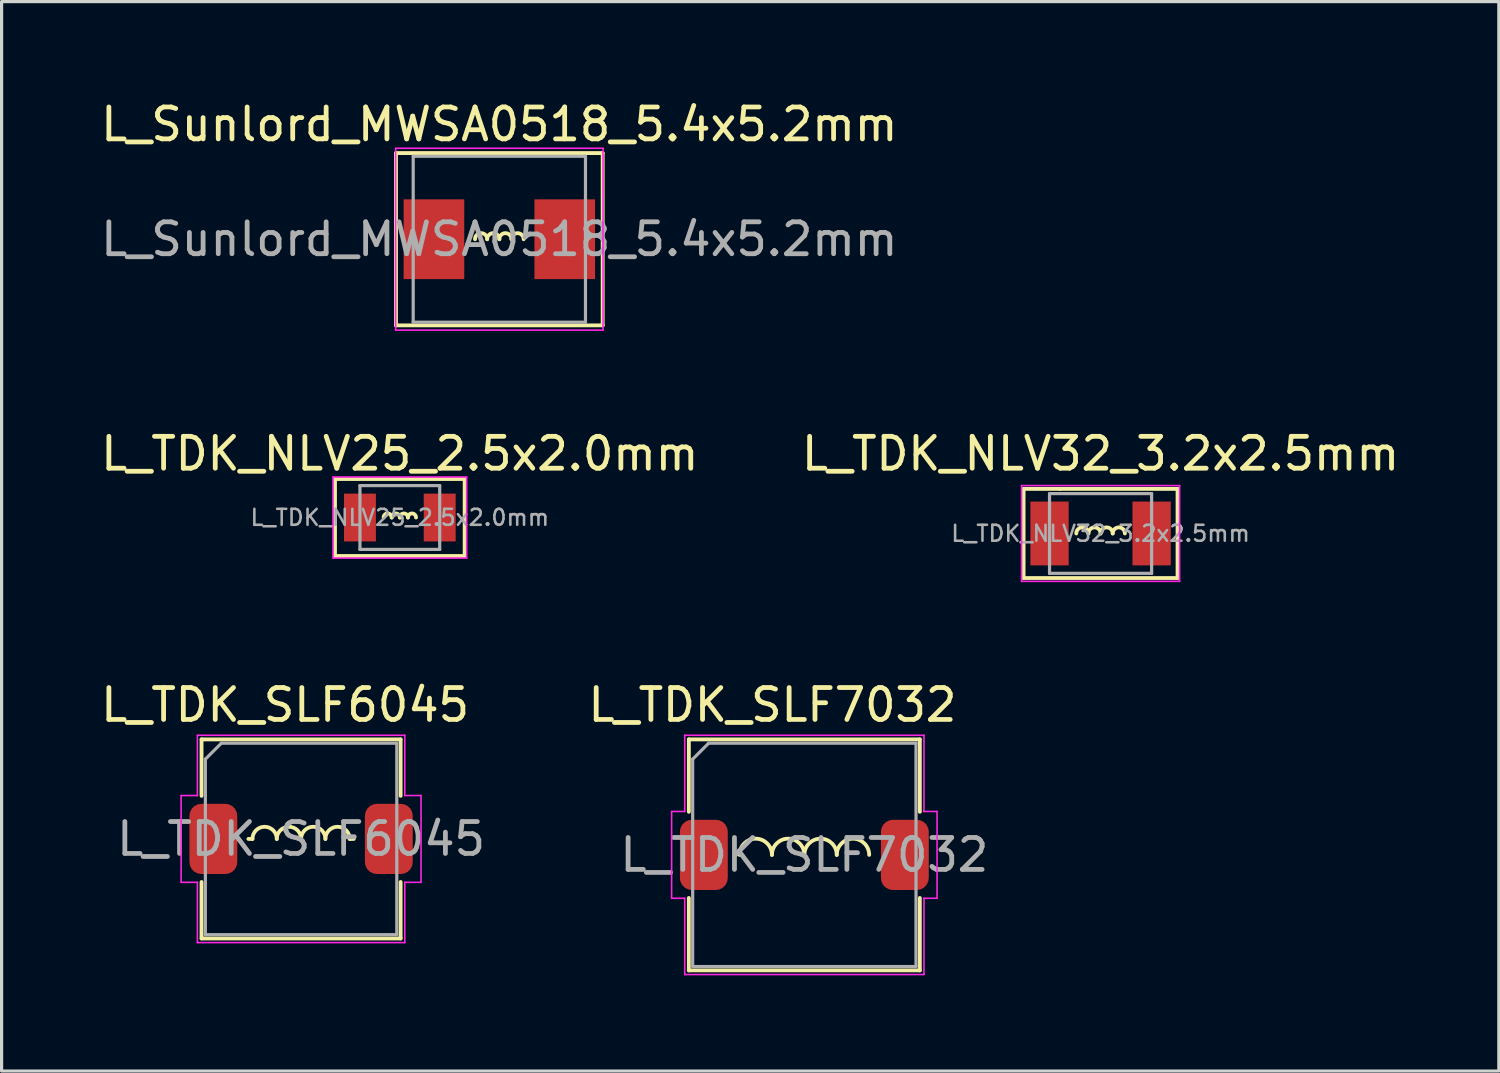
<source format=kicad_pcb>
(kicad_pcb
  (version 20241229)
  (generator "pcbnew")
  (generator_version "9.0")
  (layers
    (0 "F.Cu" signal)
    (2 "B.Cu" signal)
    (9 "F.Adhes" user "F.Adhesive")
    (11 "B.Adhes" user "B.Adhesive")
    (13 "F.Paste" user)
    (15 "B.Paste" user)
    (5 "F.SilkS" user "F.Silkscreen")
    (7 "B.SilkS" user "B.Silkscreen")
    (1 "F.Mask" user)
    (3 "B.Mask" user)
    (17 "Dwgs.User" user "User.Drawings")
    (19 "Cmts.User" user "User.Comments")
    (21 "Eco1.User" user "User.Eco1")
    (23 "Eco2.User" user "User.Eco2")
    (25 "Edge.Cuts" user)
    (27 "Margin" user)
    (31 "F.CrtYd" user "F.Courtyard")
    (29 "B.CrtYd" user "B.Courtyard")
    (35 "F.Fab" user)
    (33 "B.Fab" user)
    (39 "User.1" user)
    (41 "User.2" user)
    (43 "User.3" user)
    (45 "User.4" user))
  (footprint "L_TDK_SLF7032"
    (layer "F.Cu")
    (at 22.161 23.745)
    (property "Reference" "L_TDK_SLF7032" (at -1 -4.7 0) (layer "F.SilkS") (effects (font (size 1 1) (thickness 0.15))))
    (attr smd)
    (fp_line (start -3.62 -3.62) (end -3.62 -1.35) (stroke (width 0.12) (type solid)) (layer "F.SilkS"))
    (fp_line (start -3.62 -3.62) (end 3.62 -3.62) (stroke (width 0.12) (type solid)) (layer "F.SilkS"))
    (fp_line (start -3.62 1.35) (end -3.62 3.62) (stroke (width 0.12) (type solid)) (layer "F.SilkS"))
    (fp_line (start -3.62 3.62) (end 3.62 3.62) (stroke (width 0.12) (type solid)) (layer "F.SilkS"))
    (fp_line (start 3.62 -3.62) (end 3.62 -1.35) (stroke (width 0.12) (type solid)) (layer "F.SilkS"))
    (fp_line (start 3.62 1.35) (end 3.62 3.62) (stroke (width 0.12) (type solid)) (layer "F.SilkS"))
    (fp_arc (start -2.032 0) (mid -1.524 -0.508) (end -1.016 0) (stroke (width 0.12) (type solid)) (layer "F.SilkS"))
    (fp_arc (start -1.016 0) (mid -0.508 -0.508) (end 0 0) (stroke (width 0.12) (type solid)) (layer "F.SilkS"))
    (fp_arc (start 0 0) (mid 0.508 -0.508) (end 1.016 0) (stroke (width 0.12) (type solid)) (layer "F.SilkS"))
    (fp_arc (start 1.016 0) (mid 1.524 -0.508) (end 2.032 0) (stroke (width 0.12) (type solid)) (layer "F.SilkS"))
    (fp_line (start -4.16 -1.36) (end -4.16 1.36) (stroke (width 0.05) (type solid)) (layer "F.CrtYd"))
    (fp_line (start -4.16 1.36) (end -3.75 1.36) (stroke (width 0.05) (type solid)) (layer "F.CrtYd"))
    (fp_line (start -3.75 -3.75) (end -3.75 -1.36) (stroke (width 0.05) (type solid)) (layer "F.CrtYd"))
    (fp_line (start -3.75 -3.75) (end 3.75 -3.75) (stroke (width 0.05) (type solid)) (layer "F.CrtYd"))
    (fp_line (start -3.75 -1.36) (end -4.16 -1.36) (stroke (width 0.05) (type solid)) (layer "F.CrtYd"))
    (fp_line (start -3.75 1.36) (end -3.75 3.75) (stroke (width 0.05) (type solid)) (layer "F.CrtYd"))
    (fp_line (start -3.75 3.75) (end 3.75 3.75) (stroke (width 0.05) (type solid)) (layer "F.CrtYd"))
    (fp_line (start 3.75 -3.75) (end 3.75 -1.36) (stroke (width 0.05) (type solid)) (layer "F.CrtYd"))
    (fp_line (start 3.75 -1.36) (end 4.16 -1.36) (stroke (width 0.05) (type solid)) (layer "F.CrtYd"))
    (fp_line (start 3.75 1.36) (end 3.75 3.75) (stroke (width 0.05) (type solid)) (layer "F.CrtYd"))
    (fp_line (start 4.16 -1.36) (end 4.16 1.36) (stroke (width 0.05) (type solid)) (layer "F.CrtYd"))
    (fp_line (start 4.16 1.36) (end 3.75 1.36) (stroke (width 0.05) (type solid)) (layer "F.CrtYd"))
    (fp_line (start -3.5 -3) (end -3 -3.5) (stroke (width 0.1) (type solid)) (layer "F.Fab"))
    (fp_line (start -3.5 3.5) (end -3.5 -3) (stroke (width 0.1) (type solid)) (layer "F.Fab"))
    (fp_line (start -3 -3.5) (end 3.5 -3.5) (stroke (width 0.1) (type solid)) (layer "F.Fab"))
    (fp_line (start 3.5 -3.5) (end 3.5 3.5) (stroke (width 0.1) (type solid)) (layer "F.Fab"))
    (fp_line (start 3.5 3.5) (end -3.5 3.5) (stroke (width 0.1) (type solid)) (layer "F.Fab"))
    (fp_text user "${REFERENCE}" (at 0 0 0) (layer "F.Fab") (effects (font (size 1 1) (thickness 0.15))))
    (pad "1" smd roundrect (at -3.15 0) (size 1.5 2.2) (layers "F.Cu" "F.Mask" "F.Paste") (roundrect_rratio 0.25))
    (pad "2" smd roundrect (at 3.15 0) (size 1.5 2.2) (layers "F.Cu" "F.Mask" "F.Paste") (roundrect_rratio 0.25)))
  (footprint "L_Sunlord_MWSA0518_5.4x5.2mm"
    (layer "F.Cu")
    (at 12.601 4.448)
    (property "Reference" "L_Sunlord_MWSA0518_5.4x5.2mm" (at 0 -3.6 0) (layer "F.SilkS") (effects (font (size 1 1) (thickness 0.15))))
    (attr smd)
    (fp_line (start -3.239 -2.7) (end -3.239 2.7) (stroke (width 0.12) (type solid)) (layer "F.SilkS"))
    (fp_line (start -3.239 -2.7) (end 3.239 -2.7) (stroke (width 0.12) (type solid)) (layer "F.SilkS"))
    (fp_line (start -3.239 2.7) (end 3.239 2.7) (stroke (width 0.12) (type solid)) (layer "F.SilkS"))
    (fp_line (start 3.239 -2.7) (end 3.239 2.7) (stroke (width 0.12) (type solid)) (layer "F.SilkS"))
    (fp_arc (start -0.762 0) (mid -0.5715 -0.1905) (end -0.381 0) (stroke (width 0.12) (type solid)) (layer "F.SilkS"))
    (fp_arc (start -0.381 0) (mid -0.1905 -0.1905) (end 0 0) (stroke (width 0.12) (type solid)) (layer "F.SilkS"))
    (fp_arc (start 0 0) (mid 0.1905 -0.1905) (end 0.381 0) (stroke (width 0.12) (type solid)) (layer "F.SilkS"))
    (fp_arc (start 0.381 0) (mid 0.5715 -0.1905) (end 0.762 0) (stroke (width 0.12) (type solid)) (layer "F.SilkS"))
    (fp_line (start -3.25 -2.85) (end 3.25 -2.85) (stroke (width 0.05) (type solid)) (layer "F.CrtYd"))
    (fp_line (start -3.25 2.85) (end -3.25 -2.85) (stroke (width 0.05) (type solid)) (layer "F.CrtYd"))
    (fp_line (start 3.25 -2.85) (end 3.25 2.85) (stroke (width 0.05) (type solid)) (layer "F.CrtYd"))
    (fp_line (start 3.25 2.85) (end -3.25 2.85) (stroke (width 0.05) (type solid)) (layer "F.CrtYd"))
    (fp_line (start -2.7 -2.6) (end 2.7 -2.6) (stroke (width 0.1) (type solid)) (layer "F.Fab"))
    (fp_line (start -2.7 2.6) (end -2.7 -2.6) (stroke (width 0.1) (type solid)) (layer "F.Fab"))
    (fp_line (start 2.7 -2.6) (end 2.7 2.6) (stroke (width 0.1) (type solid)) (layer "F.Fab"))
    (fp_line (start 2.7 2.6) (end -2.7 2.6) (stroke (width 0.1) (type solid)) (layer "F.Fab"))
    (fp_text user "${REFERENCE}" (at 0 0 0) (layer "F.Fab") (effects (font (size 1 1) (thickness 0.15))))
    (pad "1" smd rect (at -2.05 0) (size 1.9 2.5) (layers "F.Cu" "F.Mask" "F.Paste"))
    (pad "2" smd rect (at 2.05 0) (size 1.9 2.5) (layers "F.Cu" "F.Mask" "F.Paste")))
  (footprint "L_TDK_NLV32_3.2x2.5mm"
    (layer "F.Cu")
    (at 31.446 13.671)
    (property "Reference" "L_TDK_NLV32_3.2x2.5mm" (at 0 -2.5 0) (layer "F.SilkS") (effects (font (size 1 1) (thickness 0.15))))
    (attr smd)
    (fp_line (start -2.413 -1.397) (end -2.413 1.397) (stroke (width 0.12) (type solid)) (layer "F.SilkS"))
    (fp_line (start -2.413 1.397) (end 2.413 1.397) (stroke (width 0.12) (type solid)) (layer "F.SilkS"))
    (fp_line (start -1.27 -1.397) (end -2.413 -1.397) (stroke (width 0.12) (type solid)) (layer "F.SilkS"))
    (fp_line (start 2.413 -1.397) (end -1.27 -1.397) (stroke (width 0.12) (type solid)) (layer "F.SilkS"))
    (fp_line (start 2.413 1.397) (end 2.413 -1.397) (stroke (width 0.12) (type solid)) (layer "F.SilkS"))
    (fp_arc (start -0.762 0) (mid -0.5715 -0.1905) (end -0.381 0) (stroke (width 0.12) (type solid)) (layer "F.SilkS"))
    (fp_arc (start -0.381 0) (mid -0.1905 -0.1905) (end 0 0) (stroke (width 0.12) (type solid)) (layer "F.SilkS"))
    (fp_arc (start 0 0) (mid 0.1905 -0.1905) (end 0.381 0) (stroke (width 0.12) (type solid)) (layer "F.SilkS"))
    (fp_arc (start 0.381 0) (mid 0.5715 -0.1905) (end 0.762 0) (stroke (width 0.12) (type solid)) (layer "F.SilkS"))
    (fp_line (start -2.477 -1.5) (end 2.477 -1.5) (stroke (width 0.05) (type solid)) (layer "F.CrtYd"))
    (fp_line (start -2.477 1.5) (end -2.477 -1.5) (stroke (width 0.05) (type solid)) (layer "F.CrtYd"))
    (fp_line (start 2.477 -1.5) (end 2.477 1.5) (stroke (width 0.05) (type solid)) (layer "F.CrtYd"))
    (fp_line (start 2.477 1.5) (end -2.477 1.5) (stroke (width 0.05) (type solid)) (layer "F.CrtYd"))
    (fp_line (start -1.6 -1.25) (end 1.6 -1.25) (stroke (width 0.1) (type solid)) (layer "F.Fab"))
    (fp_line (start -1.6 1.25) (end -1.6 -1.25) (stroke (width 0.1) (type solid)) (layer "F.Fab"))
    (fp_line (start 1.6 -1.25) (end 1.6 1.25) (stroke (width 0.1) (type solid)) (layer "F.Fab"))
    (fp_line (start 1.6 1.25) (end -1.6 1.25) (stroke (width 0.1) (type solid)) (layer "F.Fab"))
    (fp_text user "${REFERENCE}" (at 0 0 0) (layer "F.Fab") (effects (font (size 0.5 0.5) (thickness 0.08))))
    (pad "1" smd rect (at -1.6 0) (size 1.2 2) (layers "F.Cu" "F.Mask" "F.Paste"))
    (pad "2" smd rect (at 1.6 0) (size 1.2 2) (layers "F.Cu" "F.Mask" "F.Paste")))
  (footprint "L_TDK_SLF6045"
    (layer "F.Cu")
    (at 6.387 23.245)
    (property "Reference" "L_TDK_SLF6045" (at -0.5 -4.2 0) (layer "F.SilkS") (effects (font (size 1 1) (thickness 0.15))))
    (attr smd)
    (fp_line (start -3.12 -3.12) (end -3.12 -1.35) (stroke (width 0.12) (type solid)) (layer "F.SilkS"))
    (fp_line (start -3.12 -3.12) (end 3.12 -3.12) (stroke (width 0.12) (type solid)) (layer "F.SilkS"))
    (fp_line (start -3.12 1.35) (end -3.12 3.12) (stroke (width 0.12) (type solid)) (layer "F.SilkS"))
    (fp_line (start -3.12 3.12) (end 3.12 3.12) (stroke (width 0.12) (type solid)) (layer "F.SilkS"))
    (fp_line (start -1.651 0) (end -1.524 0) (stroke (width 0.12) (type solid)) (layer "F.SilkS"))
    (fp_line (start 1.524 0) (end 1.651 0) (stroke (width 0.12) (type solid)) (layer "F.SilkS"))
    (fp_line (start 3.12 -3.12) (end 3.12 -1.35) (stroke (width 0.12) (type solid)) (layer "F.SilkS"))
    (fp_line (start 3.12 1.35) (end 3.12 3.12) (stroke (width 0.12) (type solid)) (layer "F.SilkS"))
    (fp_arc (start -1.524 0) (mid -1.143 -0.381) (end -0.762 0) (stroke (width 0.12) (type solid)) (layer "F.SilkS"))
    (fp_arc (start -0.762 0) (mid -0.381 -0.381) (end 0 0) (stroke (width 0.12) (type solid)) (layer "F.SilkS"))
    (fp_arc (start 0 0) (mid 0.381 -0.381) (end 0.762 0) (stroke (width 0.12) (type solid)) (layer "F.SilkS"))
    (fp_arc (start 0.762 0) (mid 1.143 -0.381) (end 1.524 0) (stroke (width 0.12) (type solid)) (layer "F.SilkS"))
    (fp_line (start -3.76 -1.36) (end -3.76 1.36) (stroke (width 0.05) (type solid)) (layer "F.CrtYd"))
    (fp_line (start -3.76 1.36) (end -3.25 1.36) (stroke (width 0.05) (type solid)) (layer "F.CrtYd"))
    (fp_line (start -3.25 -3.25) (end -3.25 -1.36) (stroke (width 0.05) (type solid)) (layer "F.CrtYd"))
    (fp_line (start -3.25 -3.25) (end 3.25 -3.25) (stroke (width 0.05) (type solid)) (layer "F.CrtYd"))
    (fp_line (start -3.25 -1.36) (end -3.76 -1.36) (stroke (width 0.05) (type solid)) (layer "F.CrtYd"))
    (fp_line (start -3.25 1.36) (end -3.25 3.25) (stroke (width 0.05) (type solid)) (layer "F.CrtYd"))
    (fp_line (start -3.25 3.25) (end 3.25 3.25) (stroke (width 0.05) (type solid)) (layer "F.CrtYd"))
    (fp_line (start 3.25 -3.25) (end 3.25 -1.36) (stroke (width 0.05) (type solid)) (layer "F.CrtYd"))
    (fp_line (start 3.25 -1.36) (end 3.76 -1.36) (stroke (width 0.05) (type solid)) (layer "F.CrtYd"))
    (fp_line (start 3.25 1.36) (end 3.25 3.25) (stroke (width 0.05) (type solid)) (layer "F.CrtYd"))
    (fp_line (start 3.76 -1.36) (end 3.76 1.36) (stroke (width 0.05) (type solid)) (layer "F.CrtYd"))
    (fp_line (start 3.76 1.36) (end 3.25 1.36) (stroke (width 0.05) (type solid)) (layer "F.CrtYd"))
    (fp_line (start -3 -2.5) (end -2.5 -3) (stroke (width 0.1) (type solid)) (layer "F.Fab"))
    (fp_line (start -3 3) (end -3 -2.5) (stroke (width 0.1) (type solid)) (layer "F.Fab"))
    (fp_line (start -2.5 -3) (end 3 -3) (stroke (width 0.1) (type solid)) (layer "F.Fab"))
    (fp_line (start 3 -3) (end 3 3) (stroke (width 0.1) (type solid)) (layer "F.Fab"))
    (fp_line (start 3 3) (end -3 3) (stroke (width 0.1) (type solid)) (layer "F.Fab"))
    (fp_text user "${REFERENCE}" (at 0 0 0) (layer "F.Fab") (effects (font (size 1 1) (thickness 0.15))))
    (pad "1" smd roundrect (at -2.75 0) (size 1.5 2.2) (layers "F.Cu" "F.Mask" "F.Paste") (roundrect_rratio 0.25))
    (pad "2" smd roundrect (at 2.75 0) (size 1.5 2.2) (layers "F.Cu" "F.Mask" "F.Paste") (roundrect_rratio 0.25)))
  (footprint "L_TDK_NLV25_2.5x2.0mm"
    (layer "F.Cu")
    (at 9.482 13.171)
    (property "Reference" "L_TDK_NLV25_2.5x2.0mm" (at 0 -2 0) (layer "F.SilkS") (effects (font (size 1 1) (thickness 0.15))))
    (attr smd)
    (fp_line (start -2.032 -1.206) (end -2.032 1.206) (stroke (width 0.12) (type solid)) (layer "F.SilkS"))
    (fp_line (start -2.032 1.206) (end 2.032 1.206) (stroke (width 0.12) (type solid)) (layer "F.SilkS"))
    (fp_line (start 2.032 -1.206) (end -2.032 -1.206) (stroke (width 0.12) (type solid)) (layer "F.SilkS"))
    (fp_line (start 2.032 1.206) (end 2.032 -1.206) (stroke (width 0.12) (type solid)) (layer "F.SilkS"))
    (fp_arc (start -0.508 0) (mid -0.381 -0.127) (end -0.254 0) (stroke (width 0.12) (type solid)) (layer "F.SilkS"))
    (fp_arc (start -0.254 0) (mid -0.127 -0.127) (end 0 0) (stroke (width 0.12) (type solid)) (layer "F.SilkS"))
    (fp_arc (start 0 0) (mid 0.127 -0.127) (end 0.254 0) (stroke (width 0.12) (type solid)) (layer "F.SilkS"))
    (fp_arc (start 0.254 0) (mid 0.381 -0.127) (end 0.508 0) (stroke (width 0.12) (type solid)) (layer "F.SilkS"))
    (fp_line (start -2.095 -1.27) (end 2.095 -1.27) (stroke (width 0.05) (type solid)) (layer "F.CrtYd"))
    (fp_line (start -2.095 1.27) (end -2.095 -1.27) (stroke (width 0.05) (type solid)) (layer "F.CrtYd"))
    (fp_line (start 2.095 -1.27) (end 2.095 1.27) (stroke (width 0.05) (type solid)) (layer "F.CrtYd"))
    (fp_line (start 2.095 1.27) (end -2.095 1.27) (stroke (width 0.05) (type solid)) (layer "F.CrtYd"))
    (fp_line (start -1.25 -1) (end 1.25 -1) (stroke (width 0.1) (type solid)) (layer "F.Fab"))
    (fp_line (start -1.25 1) (end -1.25 -1) (stroke (width 0.1) (type solid)) (layer "F.Fab"))
    (fp_line (start 1.25 -1) (end 1.25 1) (stroke (width 0.1) (type solid)) (layer "F.Fab"))
    (fp_line (start 1.25 1) (end -1.25 1) (stroke (width 0.1) (type solid)) (layer "F.Fab"))
    (fp_text user "${REFERENCE}" (at 0 0 0) (layer "F.Fab") (effects (font (size 0.5 0.5) (thickness 0.08))))
    (pad "1" smd rect (at -1.25 0) (size 1 1.5) (layers "F.Cu" "F.Mask" "F.Paste"))
    (pad "2" smd rect (at 1.25 0) (size 1 1.5) (layers "F.Cu" "F.Mask" "F.Paste")))
  (gr_rect
    (start -3 -3)
    (end 43.929 30.52)
    (stroke (width 0.1) (type default))
    (fill no)
    (layer "Edge.Cuts")))
</source>
